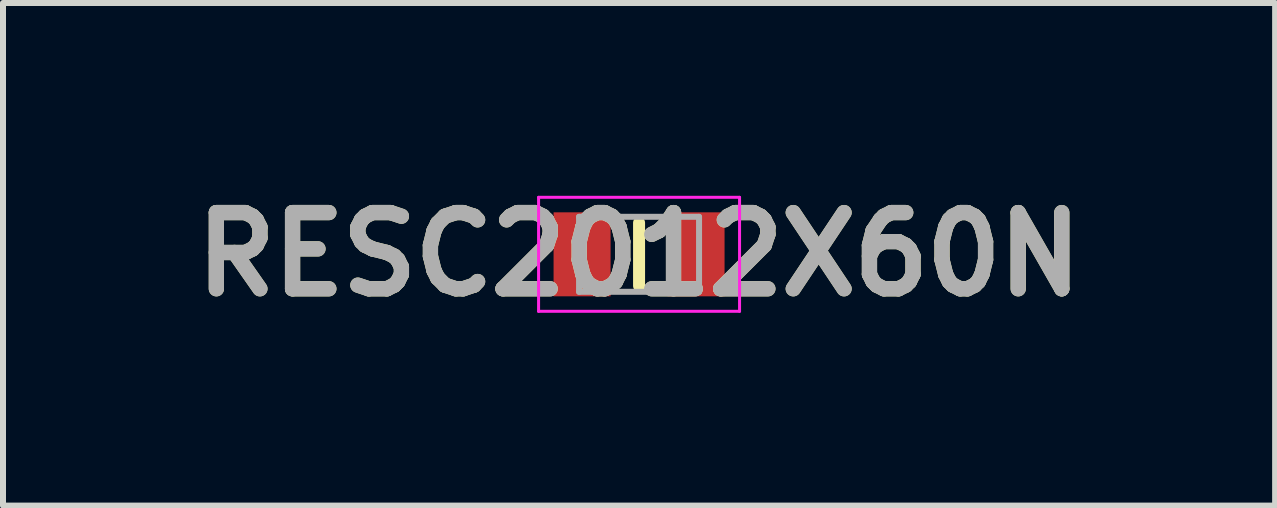
<source format=kicad_pcb>
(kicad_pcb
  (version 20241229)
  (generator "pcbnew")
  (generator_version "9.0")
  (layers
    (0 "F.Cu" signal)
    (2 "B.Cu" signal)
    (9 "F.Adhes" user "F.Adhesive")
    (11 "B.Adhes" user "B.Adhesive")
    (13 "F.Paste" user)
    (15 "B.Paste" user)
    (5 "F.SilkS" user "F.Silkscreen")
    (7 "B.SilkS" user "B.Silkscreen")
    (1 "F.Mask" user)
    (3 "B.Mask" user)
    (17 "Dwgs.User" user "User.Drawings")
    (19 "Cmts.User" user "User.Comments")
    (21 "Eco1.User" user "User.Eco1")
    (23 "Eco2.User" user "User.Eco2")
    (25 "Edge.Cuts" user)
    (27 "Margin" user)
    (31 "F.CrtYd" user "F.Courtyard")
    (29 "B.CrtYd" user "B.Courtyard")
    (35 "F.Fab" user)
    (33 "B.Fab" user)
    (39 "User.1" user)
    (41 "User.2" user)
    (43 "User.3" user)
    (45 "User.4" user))
  (footprint "RESC2012X60N"
    (layer "F.Cu")
    (at 7.602 1.189)
    (property "Reference" "RESC2012X60N" (at 0 0 0) (layer "F.SilkS") (effects (font (size 1.27 1.27) (thickness 0.254))))
    (attr smd)
    (fp_line (start 0 -0.525) (end 0 0.525) (stroke (width 0.2) (type solid)) (layer "F.SilkS"))
    (fp_line (start -1.675 -0.95) (end 1.675 -0.95) (stroke (width 0.05) (type solid)) (layer "F.CrtYd"))
    (fp_line (start -1.675 0.95) (end -1.675 -0.95) (stroke (width 0.05) (type solid)) (layer "F.CrtYd"))
    (fp_line (start 1.675 -0.95) (end 1.675 0.95) (stroke (width 0.05) (type solid)) (layer "F.CrtYd"))
    (fp_line (start 1.675 0.95) (end -1.675 0.95) (stroke (width 0.05) (type solid)) (layer "F.CrtYd"))
    (fp_line (start -1 -0.625) (end 1 -0.625) (stroke (width 0.1) (type solid)) (layer "F.Fab"))
    (fp_line (start -1 0.625) (end -1 -0.625) (stroke (width 0.1) (type solid)) (layer "F.Fab"))
    (fp_line (start 1 -0.625) (end 1 0.625) (stroke (width 0.1) (type solid)) (layer "F.Fab"))
    (fp_line (start 1 0.625) (end -1 0.625) (stroke (width 0.1) (type solid)) (layer "F.Fab"))
    (fp_text user "${REFERENCE}" (at 0 0 0) (layer "F.Fab") (effects (font (size 1.27 1.27) (thickness 0.254))))
    (pad "1" smd rect (at -0.95 0) (size 0.95 1.4) (layers "F.Cu" "F.Mask" "F.Paste"))
    (pad "2" smd rect (at 0.95 0) (size 0.95 1.4) (layers "F.Cu" "F.Mask" "F.Paste")))
  (gr_rect
    (start -3 -3)
    (end 18.204 5.377)
    (stroke (width 0.1) (type default))
    (fill no)
    (layer "Edge.Cuts")))
</source>
